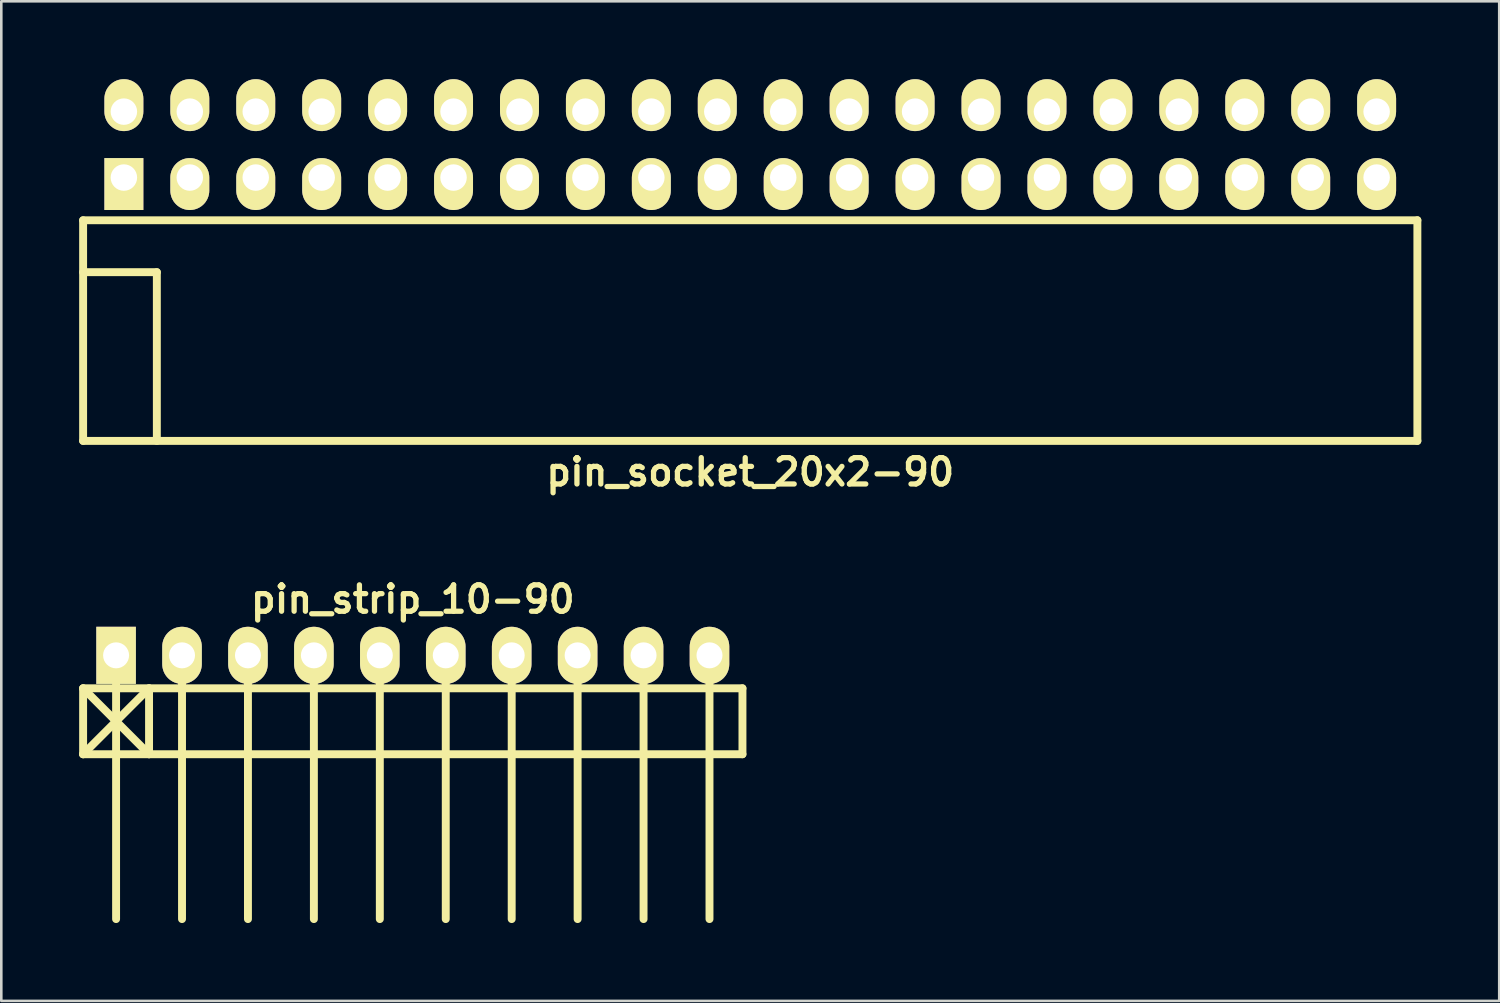
<source format=kicad_pcb>
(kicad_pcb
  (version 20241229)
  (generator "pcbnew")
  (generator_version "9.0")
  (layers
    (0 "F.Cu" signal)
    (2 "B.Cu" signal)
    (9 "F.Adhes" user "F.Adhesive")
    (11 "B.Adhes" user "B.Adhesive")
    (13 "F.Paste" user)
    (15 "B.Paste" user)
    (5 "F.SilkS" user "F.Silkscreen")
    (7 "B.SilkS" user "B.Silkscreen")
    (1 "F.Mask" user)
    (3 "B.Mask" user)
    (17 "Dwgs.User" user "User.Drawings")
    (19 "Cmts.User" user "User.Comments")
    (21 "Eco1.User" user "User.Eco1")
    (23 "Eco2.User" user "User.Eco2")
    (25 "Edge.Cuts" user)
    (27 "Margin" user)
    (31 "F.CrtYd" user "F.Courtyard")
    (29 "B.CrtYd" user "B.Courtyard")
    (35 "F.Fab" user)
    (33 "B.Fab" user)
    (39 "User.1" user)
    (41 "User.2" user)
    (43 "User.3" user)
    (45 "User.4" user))
  (footprint "pin_socket_20x2-90"
    (layer "F.Cu")
    (at 25.852 7.435)
    (property "Reference" "pin_socket_20x2-90" (at 0 7.7 0) (layer "F.SilkS") (effects (font (size 1.016 1.016) (thickness 0.203))))
    (attr through_hole)
    (fp_line (start -25.7 -2) (end -25.7 6.5) (stroke (width 0.305) (type solid)) (layer "F.SilkS"))
    (fp_line (start -25.7 -2) (end 25.7 -2) (stroke (width 0.305) (type solid)) (layer "F.SilkS"))
    (fp_line (start -25.7 0) (end -22.86 0) (stroke (width 0.305) (type solid)) (layer "F.SilkS"))
    (fp_line (start -25.7 6.5) (end 25.7 6.5) (stroke (width 0.305) (type solid)) (layer "F.SilkS"))
    (fp_line (start -22.86 0) (end -22.86 6.5) (stroke (width 0.305) (type solid)) (layer "F.SilkS"))
    (fp_line (start 25.7 -2) (end 25.7 6.5) (stroke (width 0.305) (type solid)) (layer "F.SilkS"))
    (pad "1" thru_hole rect (at -24.13 -3.645) (size 1.5 2) (drill 1.02 (offset 0 0.25)) (layers "*.Cu" "*.Mask" "F.SilkS"))
    (pad "2" thru_hole oval (at -24.13 -6.185) (size 1.5 2) (drill 1.02 (offset 0 -0.25)) (layers "*.Cu" "*.Mask" "F.SilkS"))
    (pad "3" thru_hole oval (at -21.59 -3.645) (size 1.5 2) (drill 1.02 (offset 0 0.25)) (layers "*.Cu" "*.Mask" "F.SilkS"))
    (pad "4" thru_hole oval (at -21.59 -6.185) (size 1.5 2) (drill 1.02 (offset 0 -0.25)) (layers "*.Cu" "*.Mask" "F.SilkS"))
    (pad "5" thru_hole oval (at -19.05 -3.645) (size 1.5 2) (drill 1.02 (offset 0 0.25)) (layers "*.Cu" "*.Mask" "F.SilkS"))
    (pad "6" thru_hole oval (at -19.05 -6.185) (size 1.5 2) (drill 1.02 (offset 0 -0.25)) (layers "*.Cu" "*.Mask" "F.SilkS"))
    (pad "7" thru_hole oval (at -16.51 -3.645) (size 1.5 2) (drill 1.02 (offset 0 0.25)) (layers "*.Cu" "*.Mask" "F.SilkS"))
    (pad "8" thru_hole oval (at -16.51 -6.185) (size 1.5 2) (drill 1.02 (offset 0 -0.25)) (layers "*.Cu" "*.Mask" "F.SilkS"))
    (pad "9" thru_hole oval (at -13.97 -3.645) (size 1.5 2) (drill 1.02 (offset 0 0.25)) (layers "*.Cu" "*.Mask" "F.SilkS"))
    (pad "10" thru_hole oval (at -13.97 -6.185) (size 1.5 2) (drill 1.02 (offset 0 -0.25)) (layers "*.Cu" "*.Mask" "F.SilkS"))
    (pad "11" thru_hole oval (at -11.43 -3.645) (size 1.5 2) (drill 1.02 (offset 0 0.25)) (layers "*.Cu" "*.Mask" "F.SilkS"))
    (pad "12" thru_hole oval (at -11.43 -6.185) (size 1.5 2) (drill 1.02 (offset 0 -0.25)) (layers "*.Cu" "*.Mask" "F.SilkS"))
    (pad "13" thru_hole oval (at -8.89 -3.645) (size 1.5 2) (drill 1.02 (offset 0 0.25)) (layers "*.Cu" "*.Mask" "F.SilkS"))
    (pad "14" thru_hole oval (at -8.89 -6.185) (size 1.5 2) (drill 1.02 (offset 0 -0.25)) (layers "*.Cu" "*.Mask" "F.SilkS"))
    (pad "15" thru_hole oval (at -6.35 -3.645) (size 1.5 2) (drill 1.02 (offset 0 0.25)) (layers "*.Cu" "*.Mask" "F.SilkS"))
    (pad "16" thru_hole oval (at -6.35 -6.185) (size 1.5 2) (drill 1.02 (offset 0 -0.25)) (layers "*.Cu" "*.Mask" "F.SilkS"))
    (pad "17" thru_hole oval (at -3.81 -3.645) (size 1.5 2) (drill 1.02 (offset 0 0.25)) (layers "*.Cu" "*.Mask" "F.SilkS"))
    (pad "18" thru_hole oval (at -3.81 -6.185) (size 1.5 2) (drill 1.02 (offset 0 -0.25)) (layers "*.Cu" "*.Mask" "F.SilkS"))
    (pad "19" thru_hole oval (at -1.27 -3.645) (size 1.5 2) (drill 1.02 (offset 0 0.25)) (layers "*.Cu" "*.Mask" "F.SilkS"))
    (pad "20" thru_hole oval (at -1.27 -6.185) (size 1.5 2) (drill 1.02 (offset 0 -0.25)) (layers "*.Cu" "*.Mask" "F.SilkS"))
    (pad "21" thru_hole oval (at 1.27 -3.645) (size 1.5 2) (drill 1.02 (offset 0 0.25)) (layers "*.Cu" "*.Mask" "F.SilkS"))
    (pad "22" thru_hole oval (at 1.27 -6.185) (size 1.5 2) (drill 1.02 (offset 0 -0.25)) (layers "*.Cu" "*.Mask" "F.SilkS"))
    (pad "23" thru_hole oval (at 3.81 -3.645) (size 1.5 2) (drill 1.02 (offset 0 0.25)) (layers "*.Cu" "*.Mask" "F.SilkS"))
    (pad "24" thru_hole oval (at 3.81 -6.185) (size 1.5 2) (drill 1.02 (offset 0 -0.25)) (layers "*.Cu" "*.Mask" "F.SilkS"))
    (pad "25" thru_hole oval (at 6.35 -3.645) (size 1.5 2) (drill 1.02 (offset 0 0.25)) (layers "*.Cu" "*.Mask" "F.SilkS"))
    (pad "26" thru_hole oval (at 6.35 -6.185) (size 1.5 2) (drill 1.02 (offset 0 -0.25)) (layers "*.Cu" "*.Mask" "F.SilkS"))
    (pad "27" thru_hole oval (at 8.89 -3.645) (size 1.5 2) (drill 1.02 (offset 0 0.25)) (layers "*.Cu" "*.Mask" "F.SilkS"))
    (pad "28" thru_hole oval (at 8.89 -6.185) (size 1.5 2) (drill 1.02 (offset 0 -0.25)) (layers "*.Cu" "*.Mask" "F.SilkS"))
    (pad "29" thru_hole oval (at 11.43 -3.645) (size 1.5 2) (drill 1.02 (offset 0 0.25)) (layers "*.Cu" "*.Mask" "F.SilkS"))
    (pad "30" thru_hole oval (at 11.43 -6.185) (size 1.5 2) (drill 1.02 (offset 0 -0.25)) (layers "*.Cu" "*.Mask" "F.SilkS"))
    (pad "31" thru_hole oval (at 13.97 -3.645) (size 1.5 2) (drill 1.02 (offset 0 0.25)) (layers "*.Cu" "*.Mask" "F.SilkS"))
    (pad "32" thru_hole oval (at 13.97 -6.185) (size 1.5 2) (drill 1.02 (offset 0 -0.25)) (layers "*.Cu" "*.Mask" "F.SilkS"))
    (pad "33" thru_hole oval (at 16.51 -3.645) (size 1.5 2) (drill 1.02 (offset 0 0.25)) (layers "*.Cu" "*.Mask" "F.SilkS"))
    (pad "34" thru_hole oval (at 16.51 -6.185) (size 1.5 2) (drill 1.02 (offset 0 -0.25)) (layers "*.Cu" "*.Mask" "F.SilkS"))
    (pad "35" thru_hole oval (at 19.05 -3.645) (size 1.5 2) (drill 1.02 (offset 0 0.25)) (layers "*.Cu" "*.Mask" "F.SilkS"))
    (pad "36" thru_hole oval (at 19.05 -6.185) (size 1.5 2) (drill 1.02 (offset 0 -0.25)) (layers "*.Cu" "*.Mask" "F.SilkS"))
    (pad "37" thru_hole oval (at 21.59 -3.645) (size 1.5 2) (drill 1.02 (offset 0 0.25)) (layers "*.Cu" "*.Mask" "F.SilkS"))
    (pad "38" thru_hole oval (at 21.59 -6.185) (size 1.5 2) (drill 1.02 (offset 0 -0.25)) (layers "*.Cu" "*.Mask" "F.SilkS"))
    (pad "39" thru_hole oval (at 24.13 -3.645) (size 1.5 2) (drill 1.02 (offset 0 0.25)) (layers "*.Cu" "*.Mask" "F.SilkS"))
    (pad "40" thru_hole oval (at 24.13 -6.185) (size 1.5 2) (drill 1.02 (offset 0 -0.25)) (layers "*.Cu" "*.Mask" "F.SilkS")))
  (footprint "pin_strip_10-90"
    (layer "F.Cu")
    (at 12.852 22.196)
    (property "Reference" "pin_strip_10-90" (at 0 -2.159 0) (layer "F.SilkS") (effects (font (size 1.016 1.016) (thickness 0.203))))
    (attr through_hole)
    (fp_line (start -12.7 1.27) (end 12.7 1.27) (stroke (width 0.305) (type solid)) (layer "F.SilkS"))
    (fp_line (start -12.7 3.81) (end -12.7 1.27) (stroke (width 0.305) (type solid)) (layer "F.SilkS"))
    (fp_line (start -12.7 3.81) (end -10.16 1.27) (stroke (width 0.305) (type solid)) (layer "F.SilkS"))
    (fp_line (start -11.43 0) (end -11.43 10.16) (stroke (width 0.305) (type solid)) (layer "F.SilkS"))
    (fp_line (start -10.16 1.27) (end -10.16 3.81) (stroke (width 0.305) (type solid)) (layer "F.SilkS"))
    (fp_line (start -10.16 3.81) (end -12.7 1.27) (stroke (width 0.305) (type solid)) (layer "F.SilkS"))
    (fp_line (start -8.89 0) (end -8.89 10.16) (stroke (width 0.305) (type solid)) (layer "F.SilkS"))
    (fp_line (start -6.35 10.16) (end -6.35 0) (stroke (width 0.305) (type solid)) (layer "F.SilkS"))
    (fp_line (start -3.81 0) (end -3.81 10.16) (stroke (width 0.305) (type solid)) (layer "F.SilkS"))
    (fp_line (start -1.27 0) (end -1.27 10.16) (stroke (width 0.305) (type solid)) (layer "F.SilkS"))
    (fp_line (start 1.27 0) (end 1.27 10.16) (stroke (width 0.305) (type solid)) (layer "F.SilkS"))
    (fp_line (start 3.81 0) (end 3.81 10.16) (stroke (width 0.305) (type solid)) (layer "F.SilkS"))
    (fp_line (start 6.35 0) (end 6.35 10.16) (stroke (width 0.305) (type solid)) (layer "F.SilkS"))
    (fp_line (start 8.89 0) (end 8.89 10.16) (stroke (width 0.305) (type solid)) (layer "F.SilkS"))
    (fp_line (start 11.43 0) (end 11.43 10.16) (stroke (width 0.305) (type solid)) (layer "F.SilkS"))
    (fp_line (start 12.7 1.27) (end 12.7 3.81) (stroke (width 0.305) (type solid)) (layer "F.SilkS"))
    (fp_line (start 12.7 3.81) (end -12.7 3.81) (stroke (width 0.305) (type solid)) (layer "F.SilkS"))
    (pad "1" thru_hole rect (at -11.43 0) (size 1.524 2.2) (drill 1.001) (layers "*.Cu" "*.Mask" "F.SilkS"))
    (pad "2" thru_hole oval (at -8.89 0) (size 1.524 2.2) (drill 1.001) (layers "*.Cu" "*.Mask" "F.SilkS"))
    (pad "3" thru_hole oval (at -6.35 0) (size 1.524 2.2) (drill 1.001) (layers "*.Cu" "*.Mask" "F.SilkS"))
    (pad "4" thru_hole oval (at -3.81 0) (size 1.524 2.2) (drill 1.001) (layers "*.Cu" "*.Mask" "F.SilkS"))
    (pad "5" thru_hole oval (at -1.27 0) (size 1.524 2.2) (drill 1.001) (layers "*.Cu" "*.Mask" "F.SilkS"))
    (pad "6" thru_hole oval (at 1.27 0) (size 1.524 2.2) (drill 1.001) (layers "*.Cu" "*.Mask" "F.SilkS"))
    (pad "7" thru_hole oval (at 3.81 0) (size 1.524 2.2) (drill 1.001) (layers "*.Cu" "*.Mask" "F.SilkS"))
    (pad "8" thru_hole oval (at 6.35 0) (size 1.524 2.2) (drill 1.001) (layers "*.Cu" "*.Mask" "F.SilkS"))
    (pad "9" thru_hole oval (at 8.89 0) (size 1.524 2.2) (drill 1.001) (layers "*.Cu" "*.Mask" "F.SilkS"))
    (pad "10" thru_hole oval (at 11.43 0) (size 1.524 2.2) (drill 1.001) (layers "*.Cu" "*.Mask" "F.SilkS")))
  (gr_rect
    (start -3 -3)
    (end 54.705 35.508)
    (stroke (width 0.1) (type default))
    (fill no)
    (layer "Edge.Cuts")))
</source>
